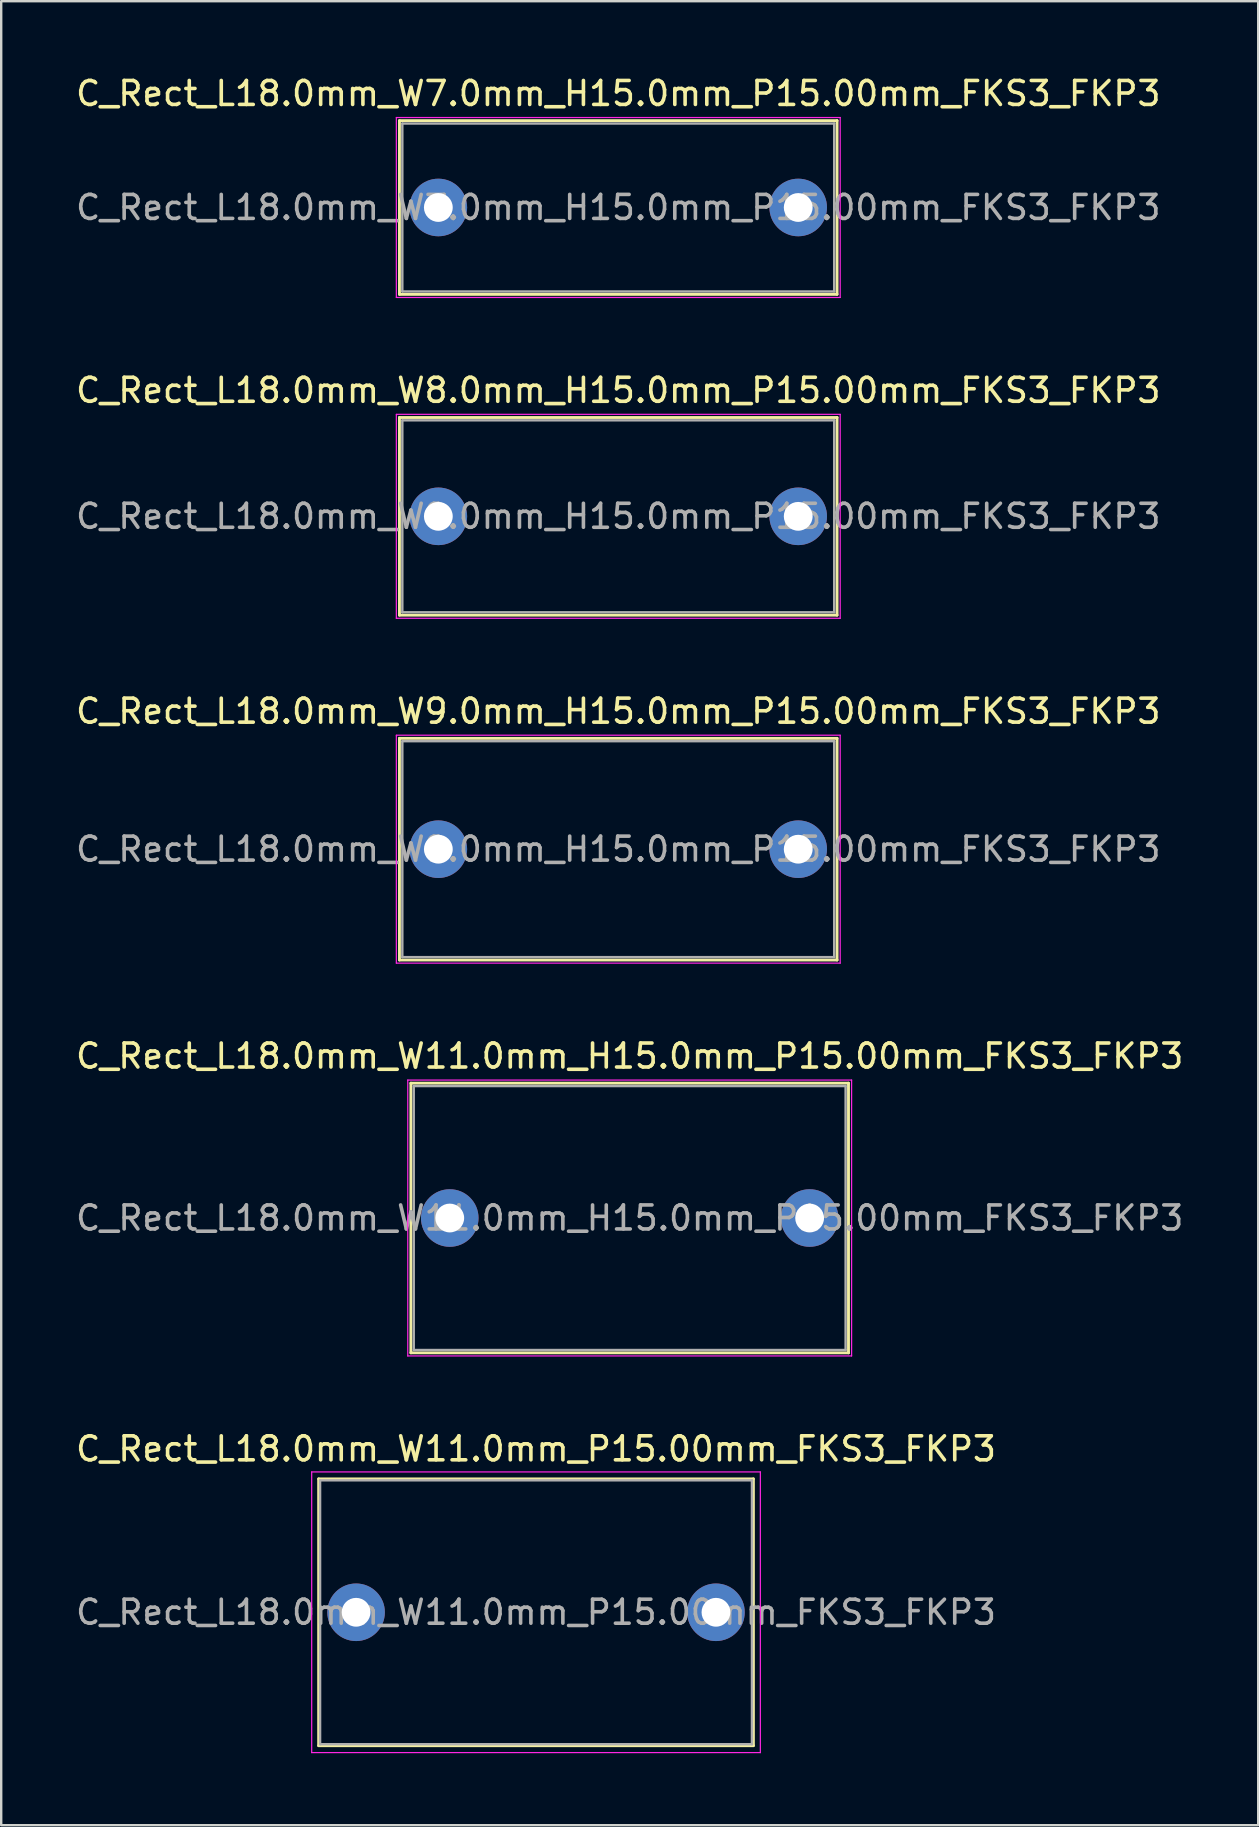
<source format=kicad_pcb>
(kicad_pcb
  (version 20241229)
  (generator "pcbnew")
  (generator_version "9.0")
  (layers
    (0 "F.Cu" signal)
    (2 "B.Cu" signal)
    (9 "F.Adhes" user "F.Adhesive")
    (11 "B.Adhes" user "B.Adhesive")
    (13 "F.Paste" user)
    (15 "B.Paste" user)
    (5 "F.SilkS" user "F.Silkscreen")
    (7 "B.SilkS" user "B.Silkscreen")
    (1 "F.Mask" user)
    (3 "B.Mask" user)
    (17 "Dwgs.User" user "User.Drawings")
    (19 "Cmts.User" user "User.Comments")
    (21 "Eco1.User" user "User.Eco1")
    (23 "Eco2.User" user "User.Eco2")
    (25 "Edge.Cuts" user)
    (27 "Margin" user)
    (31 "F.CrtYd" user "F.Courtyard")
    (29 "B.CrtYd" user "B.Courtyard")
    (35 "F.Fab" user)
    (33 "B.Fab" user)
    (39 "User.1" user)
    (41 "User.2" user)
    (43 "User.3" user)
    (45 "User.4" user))
  (footprint "C_Rect_L18.0mm_W7.0mm_H15.0mm_P15.00mm_FKS3_FKP3"
    (layer "F.Cu")
    (at 15.22 5.598)
    (property "Reference" "C_Rect_L18.0mm_W7.0mm_H15.0mm_P15.00mm_FKS3_FKP3" (at 7.5 -4.75 0) (layer "F.SilkS") (effects (font (size 1 1) (thickness 0.15))))
    (attr through_hole)
    (fp_line (start -1.62 -3.62) (end -1.62 3.62) (stroke (width 0.12) (type solid)) (layer "F.SilkS"))
    (fp_line (start -1.62 -3.62) (end 16.62 -3.62) (stroke (width 0.12) (type solid)) (layer "F.SilkS"))
    (fp_line (start -1.62 3.62) (end 16.62 3.62) (stroke (width 0.12) (type solid)) (layer "F.SilkS"))
    (fp_line (start 16.62 -3.62) (end 16.62 3.62) (stroke (width 0.12) (type solid)) (layer "F.SilkS"))
    (fp_line (start -1.75 -3.75) (end -1.75 3.75) (stroke (width 0.05) (type solid)) (layer "F.CrtYd"))
    (fp_line (start -1.75 3.75) (end 16.75 3.75) (stroke (width 0.05) (type solid)) (layer "F.CrtYd"))
    (fp_line (start 16.75 -3.75) (end -1.75 -3.75) (stroke (width 0.05) (type solid)) (layer "F.CrtYd"))
    (fp_line (start 16.75 3.75) (end 16.75 -3.75) (stroke (width 0.05) (type solid)) (layer "F.CrtYd"))
    (fp_line (start -1.5 -3.5) (end -1.5 3.5) (stroke (width 0.1) (type solid)) (layer "F.Fab"))
    (fp_line (start -1.5 3.5) (end 16.5 3.5) (stroke (width 0.1) (type solid)) (layer "F.Fab"))
    (fp_line (start 16.5 -3.5) (end -1.5 -3.5) (stroke (width 0.1) (type solid)) (layer "F.Fab"))
    (fp_line (start 16.5 3.5) (end 16.5 -3.5) (stroke (width 0.1) (type solid)) (layer "F.Fab"))
    (fp_text user "${REFERENCE}" (at 7.5 0 0) (layer "F.Fab") (effects (font (size 1 1) (thickness 0.15))))
    (pad "1" thru_hole circle (at 0 0) (size 2.4 2.4) (drill 1.2) (layers "*.Cu" "*.Mask"))
    (pad "2" thru_hole circle (at 15 0) (size 2.4 2.4) (drill 1.2) (layers "*.Cu" "*.Mask")))
  (footprint "C_Rect_L18.0mm_W11.0mm_P15.00mm_FKS3_FKP3"
    (layer "F.Cu")
    (at 11.792 64.151)
    (property "Reference" "C_Rect_L18.0mm_W11.0mm_P15.00mm_FKS3_FKP3" (at 7.5 -6.81 0) (layer "F.SilkS") (effects (font (size 1 1) (thickness 0.15))))
    (attr through_hole)
    (fp_line (start -1.56 -5.56) (end -1.56 5.56) (stroke (width 0.12) (type solid)) (layer "F.SilkS"))
    (fp_line (start -1.56 -5.56) (end 16.56 -5.56) (stroke (width 0.12) (type solid)) (layer "F.SilkS"))
    (fp_line (start -1.56 5.56) (end 16.56 5.56) (stroke (width 0.12) (type solid)) (layer "F.SilkS"))
    (fp_line (start 16.56 -5.56) (end 16.56 5.56) (stroke (width 0.12) (type solid)) (layer "F.SilkS"))
    (fp_line (start -1.85 -5.85) (end -1.85 5.85) (stroke (width 0.05) (type solid)) (layer "F.CrtYd"))
    (fp_line (start -1.85 5.85) (end 16.85 5.85) (stroke (width 0.05) (type solid)) (layer "F.CrtYd"))
    (fp_line (start 16.85 -5.85) (end -1.85 -5.85) (stroke (width 0.05) (type solid)) (layer "F.CrtYd"))
    (fp_line (start 16.85 5.85) (end 16.85 -5.85) (stroke (width 0.05) (type solid)) (layer "F.CrtYd"))
    (fp_line (start -1.5 -5.5) (end -1.5 5.5) (stroke (width 0.1) (type solid)) (layer "F.Fab"))
    (fp_line (start -1.5 5.5) (end 16.5 5.5) (stroke (width 0.1) (type solid)) (layer "F.Fab"))
    (fp_line (start 16.5 -5.5) (end -1.5 -5.5) (stroke (width 0.1) (type solid)) (layer "F.Fab"))
    (fp_line (start 16.5 5.5) (end 16.5 -5.5) (stroke (width 0.1) (type solid)) (layer "F.Fab"))
    (fp_text user "${REFERENCE}" (at 7.5 0 0) (layer "F.Fab") (effects (font (size 1 1) (thickness 0.15))))
    (pad "1" thru_hole circle (at 0 0) (size 2.4 2.4) (drill 1.2) (layers "*.Cu" "*.Mask"))
    (pad "2" thru_hole circle (at 15 0) (size 2.4 2.4) (drill 1.2) (layers "*.Cu" "*.Mask")))
  (footprint "C_Rect_L18.0mm_W9.0mm_H15.0mm_P15.00mm_FKS3_FKP3"
    (layer "F.Cu")
    (at 15.22 32.345)
    (property "Reference" "C_Rect_L18.0mm_W9.0mm_H15.0mm_P15.00mm_FKS3_FKP3" (at 7.5 -5.75 0) (layer "F.SilkS") (effects (font (size 1 1) (thickness 0.15))))
    (attr through_hole)
    (fp_line (start -1.62 -4.62) (end -1.62 4.62) (stroke (width 0.12) (type solid)) (layer "F.SilkS"))
    (fp_line (start -1.62 -4.62) (end 16.62 -4.62) (stroke (width 0.12) (type solid)) (layer "F.SilkS"))
    (fp_line (start -1.62 4.62) (end 16.62 4.62) (stroke (width 0.12) (type solid)) (layer "F.SilkS"))
    (fp_line (start 16.62 -4.62) (end 16.62 4.62) (stroke (width 0.12) (type solid)) (layer "F.SilkS"))
    (fp_line (start -1.75 -4.75) (end -1.75 4.75) (stroke (width 0.05) (type solid)) (layer "F.CrtYd"))
    (fp_line (start -1.75 4.75) (end 16.75 4.75) (stroke (width 0.05) (type solid)) (layer "F.CrtYd"))
    (fp_line (start 16.75 -4.75) (end -1.75 -4.75) (stroke (width 0.05) (type solid)) (layer "F.CrtYd"))
    (fp_line (start 16.75 4.75) (end 16.75 -4.75) (stroke (width 0.05) (type solid)) (layer "F.CrtYd"))
    (fp_line (start -1.5 -4.5) (end -1.5 4.5) (stroke (width 0.1) (type solid)) (layer "F.Fab"))
    (fp_line (start -1.5 4.5) (end 16.5 4.5) (stroke (width 0.1) (type solid)) (layer "F.Fab"))
    (fp_line (start 16.5 -4.5) (end -1.5 -4.5) (stroke (width 0.1) (type solid)) (layer "F.Fab"))
    (fp_line (start 16.5 4.5) (end 16.5 -4.5) (stroke (width 0.1) (type solid)) (layer "F.Fab"))
    (fp_text user "${REFERENCE}" (at 7.5 0 0) (layer "F.Fab") (effects (font (size 1 1) (thickness 0.15))))
    (pad "1" thru_hole circle (at 0 0) (size 2.4 2.4) (drill 1.2) (layers "*.Cu" "*.Mask"))
    (pad "2" thru_hole circle (at 15 0) (size 2.4 2.4) (drill 1.2) (layers "*.Cu" "*.Mask")))
  (footprint "C_Rect_L18.0mm_W11.0mm_H15.0mm_P15.00mm_FKS3_FKP3"
    (layer "F.Cu")
    (at 15.696 47.718)
    (property "Reference" "C_Rect_L18.0mm_W11.0mm_H15.0mm_P15.00mm_FKS3_FKP3" (at 7.5 -6.75 0) (layer "F.SilkS") (effects (font (size 1 1) (thickness 0.15))))
    (attr through_hole)
    (fp_line (start -1.62 -5.62) (end -1.62 5.62) (stroke (width 0.12) (type solid)) (layer "F.SilkS"))
    (fp_line (start -1.62 -5.62) (end 16.62 -5.62) (stroke (width 0.12) (type solid)) (layer "F.SilkS"))
    (fp_line (start -1.62 5.62) (end 16.62 5.62) (stroke (width 0.12) (type solid)) (layer "F.SilkS"))
    (fp_line (start 16.62 -5.62) (end 16.62 5.62) (stroke (width 0.12) (type solid)) (layer "F.SilkS"))
    (fp_line (start -1.75 -5.75) (end -1.75 5.75) (stroke (width 0.05) (type solid)) (layer "F.CrtYd"))
    (fp_line (start -1.75 5.75) (end 16.75 5.75) (stroke (width 0.05) (type solid)) (layer "F.CrtYd"))
    (fp_line (start 16.75 -5.75) (end -1.75 -5.75) (stroke (width 0.05) (type solid)) (layer "F.CrtYd"))
    (fp_line (start 16.75 5.75) (end 16.75 -5.75) (stroke (width 0.05) (type solid)) (layer "F.CrtYd"))
    (fp_line (start -1.5 -5.5) (end -1.5 5.5) (stroke (width 0.1) (type solid)) (layer "F.Fab"))
    (fp_line (start -1.5 5.5) (end 16.5 5.5) (stroke (width 0.1) (type solid)) (layer "F.Fab"))
    (fp_line (start 16.5 -5.5) (end -1.5 -5.5) (stroke (width 0.1) (type solid)) (layer "F.Fab"))
    (fp_line (start 16.5 5.5) (end 16.5 -5.5) (stroke (width 0.1) (type solid)) (layer "F.Fab"))
    (fp_text user "${REFERENCE}" (at 7.5 0 0) (layer "F.Fab") (effects (font (size 1 1) (thickness 0.15))))
    (pad "1" thru_hole circle (at 0 0) (size 2.4 2.4) (drill 1.2) (layers "*.Cu" "*.Mask"))
    (pad "2" thru_hole circle (at 15 0) (size 2.4 2.4) (drill 1.2) (layers "*.Cu" "*.Mask")))
  (footprint "C_Rect_L18.0mm_W8.0mm_H15.0mm_P15.00mm_FKS3_FKP3"
    (layer "F.Cu")
    (at 15.22 18.471)
    (property "Reference" "C_Rect_L18.0mm_W8.0mm_H15.0mm_P15.00mm_FKS3_FKP3" (at 7.5 -5.25 0) (layer "F.SilkS") (effects (font (size 1 1) (thickness 0.15))))
    (attr through_hole)
    (fp_line (start -1.62 -4.12) (end -1.62 4.12) (stroke (width 0.12) (type solid)) (layer "F.SilkS"))
    (fp_line (start -1.62 -4.12) (end 16.62 -4.12) (stroke (width 0.12) (type solid)) (layer "F.SilkS"))
    (fp_line (start -1.62 4.12) (end 16.62 4.12) (stroke (width 0.12) (type solid)) (layer "F.SilkS"))
    (fp_line (start 16.62 -4.12) (end 16.62 4.12) (stroke (width 0.12) (type solid)) (layer "F.SilkS"))
    (fp_line (start -1.75 -4.25) (end -1.75 4.25) (stroke (width 0.05) (type solid)) (layer "F.CrtYd"))
    (fp_line (start -1.75 4.25) (end 16.75 4.25) (stroke (width 0.05) (type solid)) (layer "F.CrtYd"))
    (fp_line (start 16.75 -4.25) (end -1.75 -4.25) (stroke (width 0.05) (type solid)) (layer "F.CrtYd"))
    (fp_line (start 16.75 4.25) (end 16.75 -4.25) (stroke (width 0.05) (type solid)) (layer "F.CrtYd"))
    (fp_line (start -1.5 -4) (end -1.5 4) (stroke (width 0.1) (type solid)) (layer "F.Fab"))
    (fp_line (start -1.5 4) (end 16.5 4) (stroke (width 0.1) (type solid)) (layer "F.Fab"))
    (fp_line (start 16.5 -4) (end -1.5 -4) (stroke (width 0.1) (type solid)) (layer "F.Fab"))
    (fp_line (start 16.5 4) (end 16.5 -4) (stroke (width 0.1) (type solid)) (layer "F.Fab"))
    (fp_text user "${REFERENCE}" (at 7.5 0 0) (layer "F.Fab") (effects (font (size 1 1) (thickness 0.15))))
    (pad "1" thru_hole circle (at 0 0) (size 2.4 2.4) (drill 1.2) (layers "*.Cu" "*.Mask"))
    (pad "2" thru_hole circle (at 15 0) (size 2.4 2.4) (drill 1.2) (layers "*.Cu" "*.Mask")))
  (gr_rect
    (start -3 -3)
    (end 49.393 73.026)
    (stroke (width 0.1) (type default))
    (fill no)
    (layer "Edge.Cuts")))
</source>
